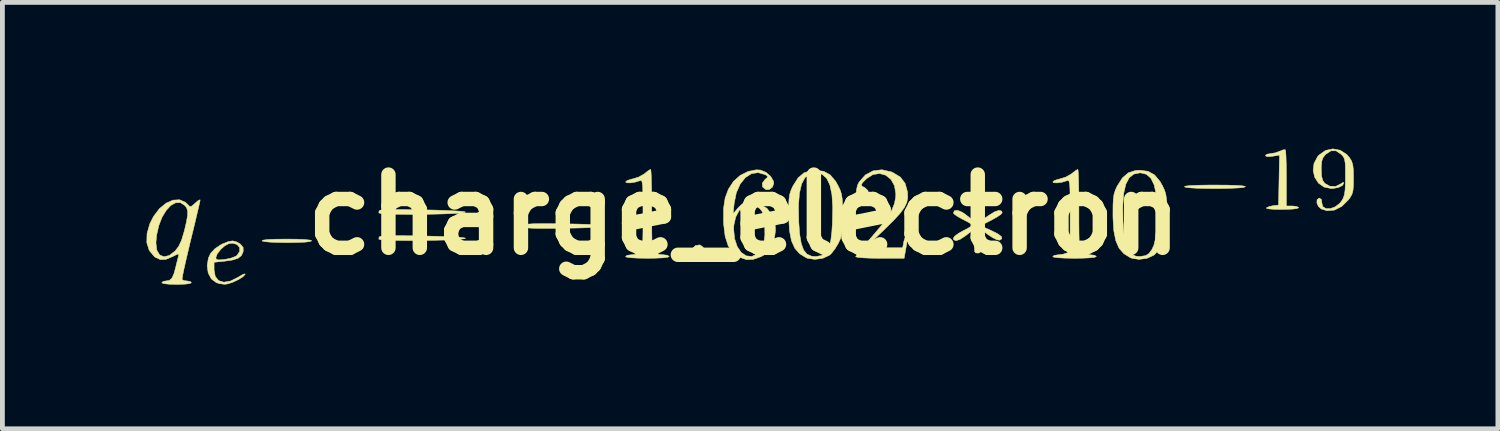
<source format=kicad_pcb>
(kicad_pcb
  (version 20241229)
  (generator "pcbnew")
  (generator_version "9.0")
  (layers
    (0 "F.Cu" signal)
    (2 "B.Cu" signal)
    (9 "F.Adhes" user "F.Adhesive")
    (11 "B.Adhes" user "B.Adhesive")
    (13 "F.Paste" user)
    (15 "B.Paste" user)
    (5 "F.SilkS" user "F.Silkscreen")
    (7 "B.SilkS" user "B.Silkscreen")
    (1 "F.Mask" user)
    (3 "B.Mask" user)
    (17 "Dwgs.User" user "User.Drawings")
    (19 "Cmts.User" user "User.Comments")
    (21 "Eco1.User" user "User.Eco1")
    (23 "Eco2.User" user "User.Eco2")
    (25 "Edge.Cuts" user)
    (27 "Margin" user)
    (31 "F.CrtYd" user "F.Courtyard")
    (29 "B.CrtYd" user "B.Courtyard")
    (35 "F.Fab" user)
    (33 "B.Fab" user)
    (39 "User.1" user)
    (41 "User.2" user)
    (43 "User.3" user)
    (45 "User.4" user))
  (footprint "charge_electron"
    (layer "F.Cu")
    (at 12.436 1.418)
    (property "Reference" "charge_electron" (at 0 0 0) (layer "F.SilkS") (effects (font (size 1.524 1.524) (thickness 0.3))))
    (attr through_hole)
    (fp_poly (pts (xy -0.909 0.634) (xy -0.849 0.683) (xy -0.835 0.761) (xy -0.86 0.854) (xy -0.923 0.902) (xy -1.002 0.894) (xy -1.045 0.864) (xy -1.086 0.783) (xy -1.072 0.702) (xy -1.016 0.644) (xy -0.932 0.629) (xy -0.909 0.634)) (stroke (width 0.01) (type solid)) (fill yes) (layer "F.SilkS"))
    (fp_poly (pts (xy -9.31 0.51) (xy -9.145 0.517) (xy -9.039 0.528) (xy -8.999 0.543) (xy -8.999 0.544) (xy -9.034 0.559) (xy -9.135 0.571) (xy -9.294 0.578) (xy -9.505 0.581) (xy -9.706 0.578) (xy -9.868 0.571) (xy -9.98 0.56) (xy -10.032 0.546) (xy -10.033 0.544) (xy -10.008 0.529) (xy -9.913 0.517) (xy -9.751 0.51) (xy -9.527 0.508) (xy -9.31 0.51)) (stroke (width 0.01) (type solid)) (fill yes) (layer "F.SilkS"))
    (fp_poly (pts (xy 10.056 -0.615) (xy 10.25 -0.609) (xy 10.375 -0.6) (xy 10.43 -0.587) (xy 10.432 -0.581) (xy 10.389 -0.567) (xy 10.288 -0.557) (xy 10.144 -0.55) (xy 9.972 -0.545) (xy 9.786 -0.544) (xy 9.601 -0.546) (xy 9.431 -0.55) (xy 9.291 -0.558) (xy 9.197 -0.569) (xy 9.162 -0.581) (xy 9.188 -0.595) (xy 9.285 -0.606) (xy 9.45 -0.613) (xy 9.682 -0.617) (xy 9.797 -0.617) (xy 10.056 -0.615)) (stroke (width 0.01) (type solid)) (fill yes) (layer "F.SilkS"))
    (fp_poly (pts (xy -7.063 -0.106) (xy -6.853 -0.104) (xy -6.634 -0.1) (xy -6.418 -0.095) (xy -6.217 -0.088) (xy -6.042 -0.08) (xy -5.906 -0.072) (xy -5.821 -0.063) (xy -5.797 -0.054) (xy -5.834 -0.043) (xy -5.932 -0.032) (xy -6.079 -0.023) (xy -6.262 -0.016) (xy -6.469 -0.011) (xy -6.689 -0.008) (xy -6.91 -0.006) (xy -7.119 -0.007) (xy -7.305 -0.011) (xy -7.455 -0.016) (xy -7.558 -0.025) (xy -7.601 -0.036) (xy -7.602 -0.036) (xy -7.596 -0.079) (xy -7.576 -0.092) (xy -7.521 -0.099) (xy -7.408 -0.104) (xy -7.252 -0.106) (xy -7.063 -0.106)) (stroke (width 0.01) (type solid)) (fill yes) (layer "F.SilkS"))
    (fp_poly (pts (xy -7.063 0.438) (xy -6.853 0.44) (xy -6.634 0.444) (xy -6.418 0.449) (xy -6.217 0.456) (xy -6.042 0.464) (xy -5.906 0.472) (xy -5.821 0.482) (xy -5.797 0.49) (xy -5.834 0.502) (xy -5.932 0.512) (xy -6.079 0.521) (xy -6.262 0.528) (xy -6.469 0.533) (xy -6.689 0.537) (xy -6.91 0.538) (xy -7.119 0.537) (xy -7.305 0.534) (xy -7.455 0.528) (xy -7.558 0.52) (xy -7.601 0.509) (xy -7.602 0.508) (xy -7.596 0.465) (xy -7.576 0.453) (xy -7.521 0.445) (xy -7.408 0.44) (xy -7.252 0.438) (xy -7.063 0.438)) (stroke (width 0.01) (type solid)) (fill yes) (layer "F.SilkS"))
    (fp_poly (pts (xy -4.049 0.187) (xy -3.791 0.189) (xy -3.756 0.19) (xy -3.474 0.195) (xy -3.247 0.202) (xy -3.079 0.212) (xy -2.975 0.223) (xy -2.939 0.236) (xy -2.939 0.236) (xy -2.975 0.249) (xy -3.078 0.26) (xy -3.246 0.27) (xy -3.473 0.277) (xy -3.754 0.282) (xy -3.756 0.282) (xy -4.022 0.285) (xy -4.224 0.285) (xy -4.371 0.283) (xy -4.47 0.278) (xy -4.531 0.269) (xy -4.562 0.256) (xy -4.572 0.238) (xy -4.572 0.236) (xy -4.565 0.218) (xy -4.537 0.204) (xy -4.48 0.195) (xy -4.385 0.189) (xy -4.244 0.187) (xy -4.049 0.187)) (stroke (width 0.01) (type solid)) (fill yes) (layer "F.SilkS"))
    (fp_poly (pts (xy 11.264 -1.351) (xy 11.271 -1.31) (xy 11.277 -1.208) (xy 11.282 -1.06) (xy 11.284 -0.878) (xy 11.285 -0.756) (xy 11.285 -0.181) (xy 11.412 -0.181) (xy 11.496 -0.172) (xy 11.538 -0.15) (xy 11.539 -0.145) (xy 11.504 -0.128) (xy 11.408 -0.116) (xy 11.262 -0.11) (xy 11.187 -0.109) (xy 11.024 -0.112) (xy 10.915 -0.121) (xy 10.868 -0.135) (xy 10.869 -0.142) (xy 10.928 -0.17) (xy 11.013 -0.188) (xy 11.122 -0.2) (xy 11.132 -0.72) (xy 11.142 -1.24) (xy 10.996 -1.216) (xy 10.891 -1.207) (xy 10.85 -1.226) (xy 10.849 -1.231) (xy 10.881 -1.259) (xy 10.949 -1.27) (xy 11.058 -1.288) (xy 11.146 -1.321) (xy 11.221 -1.351) (xy 11.264 -1.351) (xy 11.264 -1.351)) (stroke (width 0.01) (type solid)) (fill yes) (layer "F.SilkS"))
    (fp_poly (pts (xy -10.559 0.567) (xy -10.485 0.611) (xy -10.426 0.681) (xy -10.425 0.766) (xy -10.427 0.773) (xy -10.463 0.853) (xy -10.533 0.907) (xy -10.65 0.944) (xy -10.811 0.967) (xy -11.031 0.99) (xy -11.031 1.147) (xy -11.006 1.286) (xy -10.936 1.372) (xy -10.828 1.405) (xy -10.689 1.381) (xy -10.525 1.299) (xy -10.502 1.284) (xy -10.428 1.241) (xy -10.387 1.231) (xy -10.385 1.242) (xy -10.429 1.29) (xy -10.518 1.347) (xy -10.629 1.4) (xy -10.738 1.438) (xy -10.812 1.449) (xy -10.918 1.434) (xy -10.982 1.415) (xy -11.087 1.337) (xy -11.153 1.214) (xy -11.175 1.065) (xy -11.15 0.909) (xy -11.145 0.897) (xy -10.995 0.897) (xy -10.982 0.929) (xy -10.935 0.941) (xy -10.837 0.935) (xy -10.808 0.931) (xy -10.686 0.907) (xy -10.587 0.869) (xy -10.554 0.848) (xy -10.497 0.762) (xy -10.5 0.681) (xy -10.554 0.619) (xy -10.648 0.593) (xy -10.722 0.602) (xy -10.808 0.646) (xy -10.896 0.726) (xy -10.966 0.817) (xy -10.995 0.896) (xy -10.995 0.897) (xy -11.145 0.897) (xy -11.103 0.805) (xy -11.011 0.706) (xy -10.878 0.618) (xy -10.734 0.559) (xy -10.645 0.545) (xy -10.559 0.567)) (stroke (width 0.01) (type solid)) (fill yes) (layer "F.SilkS"))
    (fp_poly (pts (xy -1.939 -0.909) (xy -1.933 -0.812) (xy -1.929 -0.662) (xy -1.925 -0.47) (xy -1.924 -0.245) (xy -1.923 -0.092) (xy -1.923 0.179) (xy -1.921 0.386) (xy -1.918 0.538) (xy -1.913 0.645) (xy -1.904 0.716) (xy -1.891 0.759) (xy -1.873 0.783) (xy -1.853 0.797) (xy -1.765 0.825) (xy -1.672 0.835) (xy -1.594 0.845) (xy -1.56 0.87) (xy -1.56 0.871) (xy -1.595 0.887) (xy -1.695 0.898) (xy -1.851 0.905) (xy -2.014 0.907) (xy -2.21 0.904) (xy -2.356 0.896) (xy -2.444 0.884) (xy -2.467 0.871) (xy -2.436 0.846) (xy -2.36 0.835) (xy -2.356 0.835) (xy -2.251 0.822) (xy -2.175 0.797) (xy -2.151 0.78) (xy -2.133 0.752) (xy -2.121 0.704) (xy -2.113 0.625) (xy -2.108 0.506) (xy -2.105 0.337) (xy -2.105 0.108) (xy -2.105 0.013) (xy -2.105 -0.238) (xy -2.107 -0.424) (xy -2.11 -0.556) (xy -2.117 -0.642) (xy -2.127 -0.691) (xy -2.141 -0.711) (xy -2.161 -0.711) (xy -2.168 -0.708) (xy -2.27 -0.677) (xy -2.37 -0.662) (xy -2.443 -0.664) (xy -2.467 -0.681) (xy -2.435 -0.71) (xy -2.355 -0.737) (xy -2.321 -0.744) (xy -2.196 -0.783) (xy -2.083 -0.846) (xy -2.071 -0.856) (xy -1.998 -0.913) (xy -1.95 -0.942) (xy -1.945 -0.943) (xy -1.939 -0.909)) (stroke (width 0.01) (type solid)) (fill yes) (layer "F.SilkS"))
    (fp_poly (pts (xy 6.951 -0.909) (xy 6.957 -0.812) (xy 6.961 -0.662) (xy 6.965 -0.47) (xy 6.966 -0.245) (xy 6.967 -0.092) (xy 6.967 0.179) (xy 6.969 0.386) (xy 6.972 0.538) (xy 6.977 0.645) (xy 6.986 0.716) (xy 6.999 0.759) (xy 7.017 0.783) (xy 7.037 0.797) (xy 7.125 0.825) (xy 7.218 0.835) (xy 7.296 0.845) (xy 7.33 0.87) (xy 7.33 0.871) (xy 7.295 0.887) (xy 7.195 0.898) (xy 7.039 0.905) (xy 6.876 0.907) (xy 6.68 0.904) (xy 6.534 0.896) (xy 6.446 0.884) (xy 6.423 0.871) (xy 6.454 0.846) (xy 6.53 0.835) (xy 6.534 0.835) (xy 6.639 0.822) (xy 6.715 0.797) (xy 6.739 0.78) (xy 6.757 0.752) (xy 6.769 0.704) (xy 6.777 0.625) (xy 6.782 0.506) (xy 6.785 0.337) (xy 6.785 0.108) (xy 6.785 0.013) (xy 6.785 -0.238) (xy 6.783 -0.424) (xy 6.78 -0.556) (xy 6.773 -0.642) (xy 6.763 -0.691) (xy 6.749 -0.711) (xy 6.729 -0.711) (xy 6.722 -0.708) (xy 6.62 -0.677) (xy 6.52 -0.662) (xy 6.447 -0.664) (xy 6.423 -0.681) (xy 6.455 -0.71) (xy 6.535 -0.737) (xy 6.569 -0.744) (xy 6.694 -0.783) (xy 6.807 -0.846) (xy 6.819 -0.856) (xy 6.892 -0.913) (xy 6.94 -0.942) (xy 6.945 -0.943) (xy 6.951 -0.909)) (stroke (width 0.01) (type solid)) (fill yes) (layer "F.SilkS"))
    (fp_poly (pts (xy 3.067 -0.89) (xy 3.094 -0.878) (xy 3.253 -0.781) (xy 3.351 -0.651) (xy 3.4 -0.474) (xy 3.401 -0.459) (xy 3.405 -0.353) (xy 3.385 -0.254) (xy 3.336 -0.151) (xy 3.251 -0.035) (xy 3.124 0.106) (xy 2.948 0.28) (xy 2.91 0.317) (xy 2.522 0.688) (xy 3.299 0.689) (xy 3.323 0.562) (xy 3.347 0.479) (xy 3.377 0.437) (xy 3.381 0.435) (xy 3.401 0.466) (xy 3.397 0.535) (xy 3.377 0.641) (xy 3.355 0.763) (xy 3.354 0.771) (xy 3.33 0.907) (xy 2.826 0.907) (xy 2.635 0.905) (xy 2.48 0.898) (xy 2.373 0.889) (xy 2.324 0.876) (xy 2.322 0.873) (xy 2.345 0.835) (xy 2.408 0.754) (xy 2.501 0.64) (xy 2.617 0.506) (xy 2.653 0.466) (xy 2.839 0.247) (xy 2.976 0.065) (xy 3.07 -0.089) (xy 3.128 -0.229) (xy 3.154 -0.362) (xy 3.157 -0.434) (xy 3.129 -0.604) (xy 3.055 -0.735) (xy 2.947 -0.822) (xy 2.818 -0.857) (xy 2.68 -0.835) (xy 2.545 -0.749) (xy 2.542 -0.745) (xy 2.464 -0.667) (xy 2.438 -0.62) (xy 2.461 -0.588) (xy 2.513 -0.562) (xy 2.577 -0.501) (xy 2.593 -0.414) (xy 2.557 -0.334) (xy 2.531 -0.313) (xy 2.449 -0.29) (xy 2.385 -0.323) (xy 2.346 -0.398) (xy 2.335 -0.5) (xy 2.36 -0.614) (xy 2.392 -0.678) (xy 2.522 -0.826) (xy 2.684 -0.913) (xy 2.869 -0.935) (xy 3.067 -0.89)) (stroke (width 0.01) (type solid)) (fill yes) (layer "F.SilkS"))
    (fp_poly (pts (xy 1.656 -0.903) (xy 1.791 -0.829) (xy 1.904 -0.695) (xy 1.959 -0.597) (xy 2 -0.51) (xy 2.026 -0.427) (xy 2.041 -0.329) (xy 2.048 -0.198) (xy 2.05 -0.014) (xy 2.05 0) (xy 2.049 0.188) (xy 2.042 0.322) (xy 2.027 0.422) (xy 2.002 0.505) (xy 1.962 0.591) (xy 1.959 0.597) (xy 1.89 0.712) (xy 1.814 0.809) (xy 1.775 0.844) (xy 1.636 0.908) (xy 1.471 0.93) (xy 1.317 0.906) (xy 1.288 0.894) (xy 1.154 0.811) (xy 1.054 0.697) (xy 0.985 0.542) (xy 0.945 0.337) (xy 0.928 0.074) (xy 0.927 0) (xy 0.928 -0.187) (xy 0.928 -0.193) (xy 1.131 -0.193) (xy 1.136 0.126) (xy 1.137 0.153) (xy 1.156 0.409) (xy 1.189 0.601) (xy 1.238 0.736) (xy 1.308 0.82) (xy 1.402 0.863) (xy 1.488 0.871) (xy 1.608 0.851) (xy 1.677 0.807) (xy 1.736 0.728) (xy 1.778 0.639) (xy 1.806 0.523) (xy 1.825 0.365) (xy 1.837 0.172) (xy 1.844 -0.156) (xy 1.827 -0.418) (xy 1.785 -0.618) (xy 1.717 -0.758) (xy 1.622 -0.841) (xy 1.499 -0.871) (xy 1.488 -0.871) (xy 1.362 -0.846) (xy 1.265 -0.769) (xy 1.195 -0.637) (xy 1.151 -0.446) (xy 1.131 -0.193) (xy 0.928 -0.193) (xy 0.934 -0.321) (xy 0.948 -0.42) (xy 0.973 -0.502) (xy 1.011 -0.588) (xy 1.016 -0.597) (xy 1.122 -0.765) (xy 1.244 -0.87) (xy 1.393 -0.919) (xy 1.488 -0.925) (xy 1.656 -0.903)) (stroke (width 0.01) (type solid)) (fill yes) (layer "F.SilkS"))
    (fp_poly (pts (xy 8.405 -0.903) (xy 8.54 -0.829) (xy 8.653 -0.695) (xy 8.709 -0.597) (xy 8.749 -0.51) (xy 8.775 -0.427) (xy 8.79 -0.329) (xy 8.797 -0.198) (xy 8.799 -0.014) (xy 8.799 0) (xy 8.798 0.188) (xy 8.791 0.322) (xy 8.776 0.422) (xy 8.751 0.505) (xy 8.712 0.591) (xy 8.709 0.597) (xy 8.639 0.712) (xy 8.563 0.809) (xy 8.524 0.844) (xy 8.385 0.908) (xy 8.22 0.93) (xy 8.066 0.906) (xy 8.037 0.894) (xy 7.903 0.811) (xy 7.803 0.697) (xy 7.735 0.542) (xy 7.694 0.337) (xy 7.677 0.074) (xy 7.676 0) (xy 7.677 -0.187) (xy 7.677 -0.193) (xy 7.881 -0.193) (xy 7.885 0.126) (xy 7.886 0.153) (xy 7.905 0.409) (xy 7.938 0.601) (xy 7.988 0.736) (xy 8.058 0.82) (xy 8.151 0.863) (xy 8.237 0.871) (xy 8.357 0.851) (xy 8.426 0.807) (xy 8.485 0.728) (xy 8.527 0.639) (xy 8.555 0.523) (xy 8.574 0.365) (xy 8.587 0.172) (xy 8.593 -0.156) (xy 8.576 -0.418) (xy 8.534 -0.618) (xy 8.466 -0.758) (xy 8.371 -0.841) (xy 8.248 -0.871) (xy 8.237 -0.871) (xy 8.111 -0.846) (xy 8.014 -0.769) (xy 7.944 -0.637) (xy 7.9 -0.446) (xy 7.881 -0.193) (xy 7.677 -0.193) (xy 7.683 -0.321) (xy 7.697 -0.42) (xy 7.722 -0.502) (xy 7.76 -0.588) (xy 7.765 -0.597) (xy 7.872 -0.765) (xy 7.993 -0.87) (xy 8.142 -0.919) (xy 8.237 -0.925) (xy 8.405 -0.903)) (stroke (width 0.01) (type solid)) (fill yes) (layer "F.SilkS"))
    (fp_poly (pts (xy 12.406 -1.341) (xy 12.544 -1.251) (xy 12.601 -1.184) (xy 12.642 -1.115) (xy 12.667 -1.037) (xy 12.679 -0.929) (xy 12.682 -0.77) (xy 12.682 -0.759) (xy 12.68 -0.603) (xy 12.67 -0.498) (xy 12.649 -0.423) (xy 12.609 -0.354) (xy 12.577 -0.311) (xy 12.439 -0.174) (xy 12.286 -0.096) (xy 12.129 -0.083) (xy 12.011 -0.12) (xy 11.951 -0.173) (xy 11.92 -0.245) (xy 11.923 -0.31) (xy 11.962 -0.344) (xy 11.974 -0.345) (xy 12.016 -0.314) (xy 12.022 -0.248) (xy 12.043 -0.168) (xy 12.106 -0.128) (xy 12.197 -0.126) (xy 12.297 -0.162) (xy 12.392 -0.233) (xy 12.434 -0.284) (xy 12.47 -0.347) (xy 12.493 -0.419) (xy 12.507 -0.516) (xy 12.513 -0.657) (xy 12.514 -0.784) (xy 12.514 -0.957) (xy 12.509 -1.073) (xy 12.496 -1.15) (xy 12.474 -1.202) (xy 12.437 -1.246) (xy 12.428 -1.255) (xy 12.32 -1.329) (xy 12.214 -1.33) (xy 12.105 -1.259) (xy 12.1 -1.254) (xy 12.048 -1.189) (xy 12.021 -1.113) (xy 12.011 -0.999) (xy 12.011 -0.945) (xy 12.017 -0.805) (xy 12.04 -0.715) (xy 12.083 -0.653) (xy 12.189 -0.593) (xy 12.31 -0.588) (xy 12.416 -0.641) (xy 12.465 -0.672) (xy 12.482 -0.66) (xy 12.449 -0.606) (xy 12.364 -0.565) (xy 12.247 -0.545) (xy 12.221 -0.544) (xy 12.07 -0.575) (xy 11.952 -0.658) (xy 11.875 -0.778) (xy 11.842 -0.919) (xy 11.86 -1.067) (xy 11.934 -1.207) (xy 11.961 -1.239) (xy 12.099 -1.337) (xy 12.252 -1.37) (xy 12.406 -1.341)) (stroke (width 0.01) (type solid)) (fill yes) (layer "F.SilkS"))
    (fp_poly (pts (xy 4.898 -0.358) (xy 4.919 -0.335) (xy 4.924 -0.277) (xy 4.917 -0.169) (xy 4.911 -0.101) (xy 4.887 0.16) (xy 5.078 0.023) (xy 5.207 -0.057) (xy 5.303 -0.091) (xy 5.359 -0.076) (xy 5.37 -0.038) (xy 5.34 -0.004) (xy 5.261 0.049) (xy 5.15 0.111) (xy 5.144 0.114) (xy 4.917 0.229) (xy 5.144 0.33) (xy 5.284 0.401) (xy 5.357 0.458) (xy 5.362 0.502) (xy 5.317 0.531) (xy 5.26 0.521) (xy 5.167 0.475) (xy 5.075 0.413) (xy 4.887 0.275) (xy 4.911 0.537) (xy 4.922 0.672) (xy 4.923 0.75) (xy 4.909 0.787) (xy 4.879 0.798) (xy 4.859 0.798) (xy 4.82 0.794) (xy 4.799 0.771) (xy 4.794 0.713) (xy 4.802 0.605) (xy 4.808 0.54) (xy 4.821 0.402) (xy 4.818 0.328) (xy 4.788 0.313) (xy 4.721 0.351) (xy 4.608 0.438) (xy 4.603 0.442) (xy 4.49 0.515) (xy 4.406 0.542) (xy 4.36 0.519) (xy 4.354 0.489) (xy 4.385 0.445) (xy 4.464 0.387) (xy 4.554 0.337) (xy 4.659 0.282) (xy 4.731 0.239) (xy 4.753 0.218) (xy 4.724 0.192) (xy 4.646 0.146) (xy 4.554 0.099) (xy 4.449 0.041) (xy 4.376 -0.009) (xy 4.354 -0.037) (xy 4.38 -0.086) (xy 4.446 -0.09) (xy 4.541 -0.05) (xy 4.599 -0.01) (xy 4.715 0.08) (xy 4.785 0.122) (xy 4.817 0.11) (xy 4.822 0.042) (xy 4.81 -0.089) (xy 4.808 -0.104) (xy 4.796 -0.238) (xy 4.795 -0.315) (xy 4.809 -0.352) (xy 4.84 -0.362) (xy 4.859 -0.363) (xy 4.898 -0.358)) (stroke (width 0.01) (type solid)) (fill yes) (layer "F.SilkS"))
    (fp_poly (pts (xy 0.342 -0.928) (xy 0.456 -0.881) (xy 0.553 -0.797) (xy 0.61 -0.698) (xy 0.617 -0.653) (xy 0.589 -0.574) (xy 0.524 -0.524) (xy 0.453 -0.521) (xy 0.384 -0.577) (xy 0.377 -0.654) (xy 0.431 -0.729) (xy 0.485 -0.777) (xy 0.484 -0.805) (xy 0.439 -0.833) (xy 0.293 -0.876) (xy 0.152 -0.854) (xy 0.025 -0.772) (xy -0.082 -0.638) (xy -0.162 -0.457) (xy -0.207 -0.236) (xy -0.208 -0.228) (xy -0.229 -0.018) (xy -0.13 -0.136) (xy -0.053 -0.213) (xy 0.027 -0.247) (xy 0.134 -0.254) (xy 0.323 -0.222) (xy 0.475 -0.132) (xy 0.584 0.011) (xy 0.644 0.198) (xy 0.653 0.324) (xy 0.625 0.54) (xy 0.545 0.713) (xy 0.414 0.839) (xy 0.352 0.873) (xy 0.189 0.93) (xy 0.05 0.935) (xy -0.091 0.888) (xy -0.109 0.88) (xy -0.239 0.785) (xy -0.333 0.644) (xy -0.395 0.451) (xy -0.413 0.302) (xy -0.218 0.302) (xy -0.198 0.501) (xy -0.143 0.665) (xy -0.061 0.786) (xy 0.042 0.856) (xy 0.158 0.869) (xy 0.277 0.818) (xy 0.36 0.73) (xy 0.411 0.602) (xy 0.432 0.422) (xy 0.43 0.258) (xy 0.42 0.104) (xy 0.403 0.002) (xy 0.373 -0.068) (xy 0.329 -0.124) (xy 0.217 -0.204) (xy 0.101 -0.22) (xy -0.009 -0.178) (xy -0.104 -0.086) (xy -0.175 0.049) (xy -0.214 0.22) (xy -0.218 0.302) (xy -0.413 0.302) (xy -0.426 0.199) (xy -0.429 0.14) (xy -0.428 -0.13) (xy -0.395 -0.348) (xy -0.328 -0.529) (xy -0.223 -0.69) (xy -0.217 -0.697) (xy -0.081 -0.818) (xy 0.085 -0.901) (xy 0.256 -0.934) (xy 0.342 -0.928)) (stroke (width 0.01) (type solid)) (fill yes) (layer "F.SilkS"))
    (fp_poly (pts (xy -11.629 -0.259) (xy -11.584 -0.217) (xy -11.542 -0.174) (xy -11.506 -0.172) (xy -11.451 -0.216) (xy -11.422 -0.243) (xy -11.359 -0.296) (xy -11.324 -0.31) (xy -11.321 -0.305) (xy -11.329 -0.261) (xy -11.353 -0.157) (xy -11.389 -0.004) (xy -11.434 0.189) (xy -11.488 0.409) (xy -11.517 0.527) (xy -11.572 0.758) (xy -11.62 0.964) (xy -11.659 1.137) (xy -11.685 1.265) (xy -11.696 1.339) (xy -11.696 1.352) (xy -11.651 1.373) (xy -11.591 1.379) (xy -11.524 1.392) (xy -11.503 1.415) (xy -11.537 1.433) (xy -11.63 1.445) (xy -11.771 1.451) (xy -11.811 1.451) (xy -11.961 1.447) (xy -12.068 1.436) (xy -12.117 1.42) (xy -12.119 1.415) (xy -12.089 1.387) (xy -12.033 1.379) (xy -11.959 1.366) (xy -11.906 1.319) (xy -11.865 1.224) (xy -11.833 1.107) (xy -11.804 0.988) (xy -11.779 0.891) (xy -11.77 0.86) (xy -11.764 0.823) (xy -11.786 0.819) (xy -11.851 0.849) (xy -11.889 0.869) (xy -12.033 0.93) (xy -12.148 0.935) (xy -12.255 0.886) (xy -12.275 0.87) (xy -12.38 0.744) (xy -12.43 0.584) (xy -12.241 0.584) (xy -12.223 0.738) (xy -12.164 0.837) (xy -12.074 0.875) (xy -11.963 0.849) (xy -11.84 0.754) (xy -11.839 0.753) (xy -11.767 0.658) (xy -11.708 0.532) (xy -11.655 0.355) (xy -11.65 0.339) (xy -11.606 0.151) (xy -11.583 0.019) (xy -11.581 -0.073) (xy -11.6 -0.139) (xy -11.635 -0.188) (xy -11.728 -0.25) (xy -11.829 -0.249) (xy -11.931 -0.193) (xy -12.028 -0.089) (xy -12.114 0.054) (xy -12.182 0.229) (xy -12.227 0.427) (xy -12.241 0.584) (xy -12.43 0.584) (xy -12.431 0.581) (xy -12.426 0.391) (xy -12.367 0.186) (xy -12.29 0.035) (xy -12.168 -0.126) (xy -12.029 -0.24) (xy -11.886 -0.303) (xy -11.749 -0.311) (xy -11.629 -0.259)) (stroke (width 0.01) (type solid)) (fill yes) (layer "F.SilkS")))
  (gr_rect
    (start -3 -3)
    (end 28.123 5.874)
    (stroke (width 0.1) (type default))
    (fill no)
    (layer "Edge.Cuts")))
</source>
